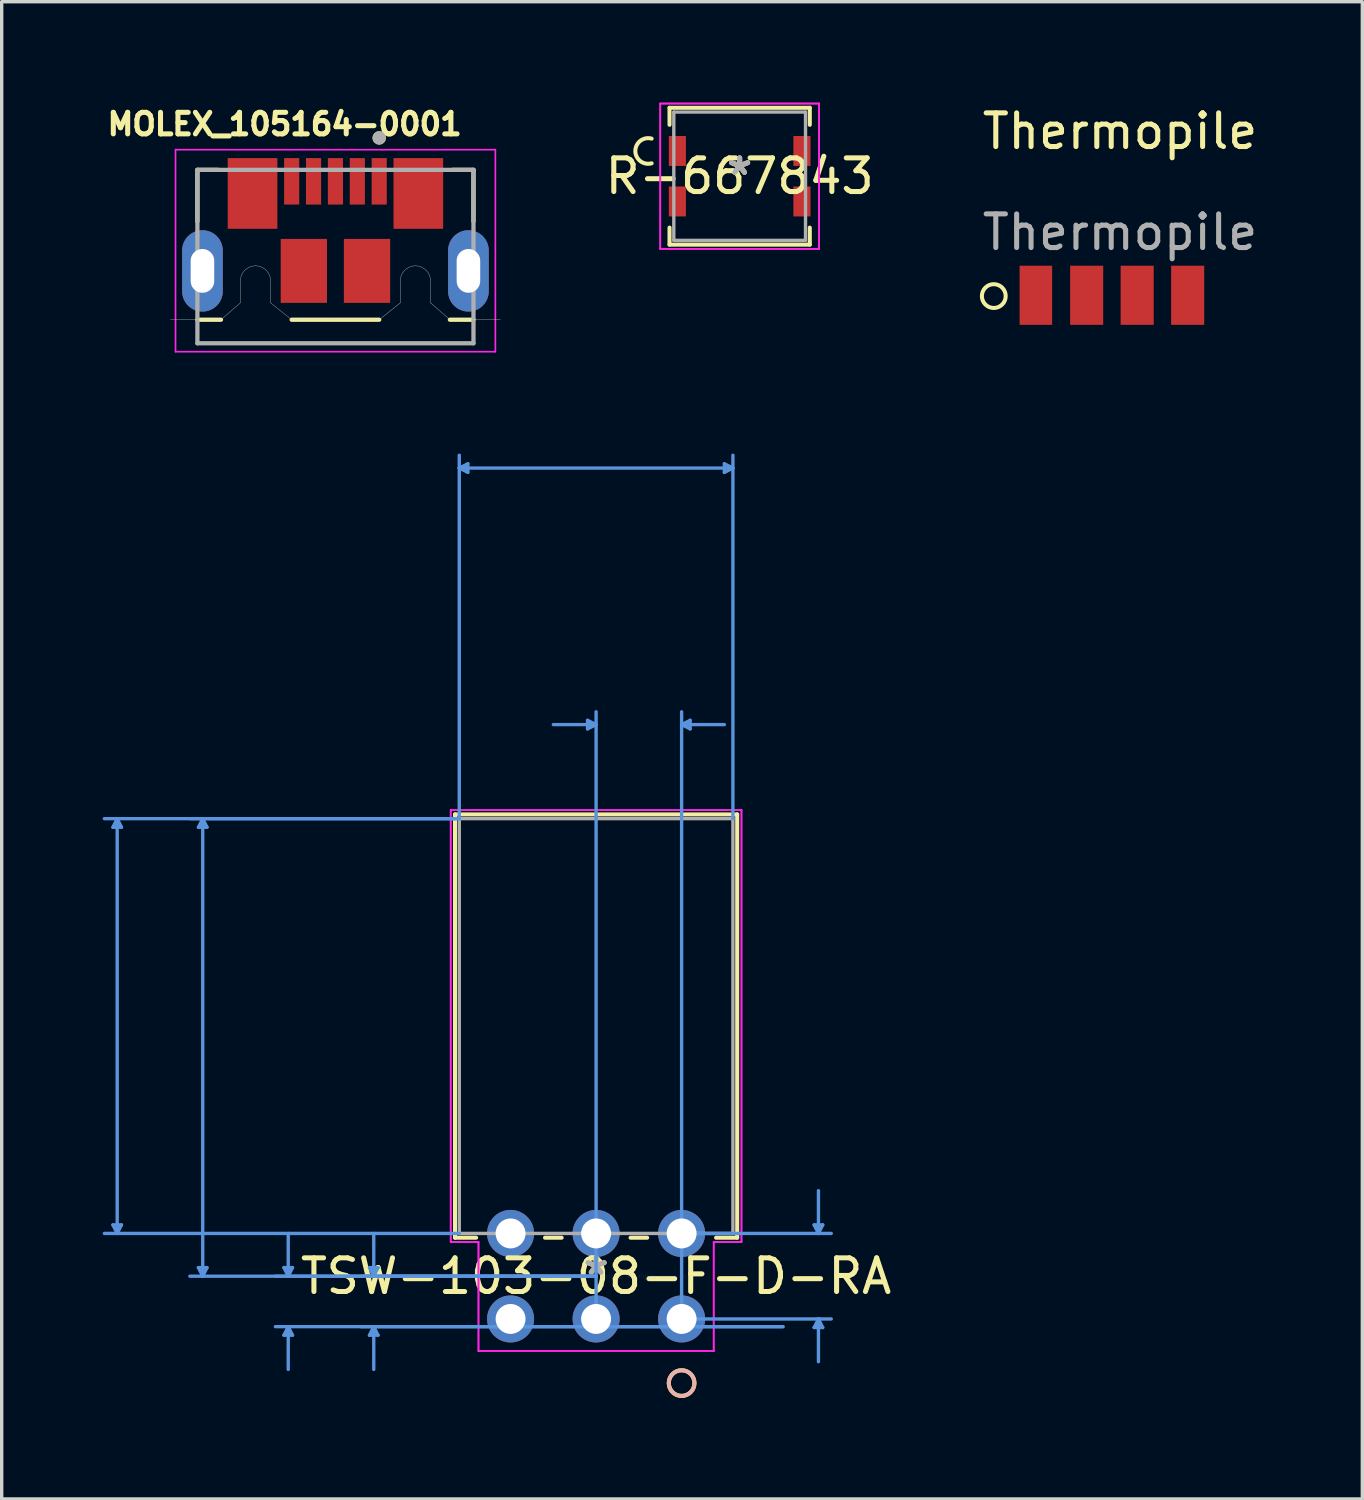
<source format=kicad_pcb>
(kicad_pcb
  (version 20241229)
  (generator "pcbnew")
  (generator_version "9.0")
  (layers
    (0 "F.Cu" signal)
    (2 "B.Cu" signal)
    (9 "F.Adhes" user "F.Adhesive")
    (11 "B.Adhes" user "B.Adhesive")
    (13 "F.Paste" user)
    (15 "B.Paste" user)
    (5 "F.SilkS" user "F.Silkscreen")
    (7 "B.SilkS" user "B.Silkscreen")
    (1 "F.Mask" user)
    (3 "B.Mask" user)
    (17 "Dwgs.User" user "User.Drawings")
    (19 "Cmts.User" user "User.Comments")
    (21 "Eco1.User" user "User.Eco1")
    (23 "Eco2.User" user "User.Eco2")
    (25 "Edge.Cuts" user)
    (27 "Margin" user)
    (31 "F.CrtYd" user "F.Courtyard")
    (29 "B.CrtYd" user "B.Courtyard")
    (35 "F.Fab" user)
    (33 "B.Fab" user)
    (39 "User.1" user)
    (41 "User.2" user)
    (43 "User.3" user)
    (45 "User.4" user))
  (footprint "R-667843"
    (layer "F.Cu")
    (at 18.919 2.184)
    (property "Reference" "R-667843" (at 0 0 0) (layer "F.SilkS") (effects (font (size 1 1) (thickness 0.15))))
    (attr through_hole)
    (fp_line (start -2.083 -2.032) (end -2.083 -1.527) (stroke (width 0.12) (type solid)) (layer "F.SilkS"))
    (fp_line (start -2.083 1.527) (end -2.083 2.032) (stroke (width 0.12) (type solid)) (layer "F.SilkS"))
    (fp_line (start -2.083 2.032) (end 2.083 2.032) (stroke (width 0.12) (type solid)) (layer "F.SilkS"))
    (fp_line (start 2.083 -2.032) (end -2.083 -2.032) (stroke (width 0.12) (type solid)) (layer "F.SilkS"))
    (fp_line (start 2.083 -1.527) (end 2.083 -2.032) (stroke (width 0.12) (type solid)) (layer "F.SilkS"))
    (fp_line (start 2.083 2.032) (end 2.083 1.527) (stroke (width 0.12) (type solid)) (layer "F.SilkS"))
    (fp_arc (start -2.614539 -0.38326) (mid -3.0988 -0.75) (end -2.614539 -1.11674) (stroke (width 0.12) (type solid)) (layer "F.SilkS"))
    (fp_line (start -2.358 -2.159) (end -2.358 2.159) (stroke (width 0.05) (type solid)) (layer "F.CrtYd"))
    (fp_line (start -2.358 -2.159) (end -2.358 2.159) (stroke (width 0.05) (type solid)) (layer "F.CrtYd"))
    (fp_line (start -2.358 2.159) (end 2.358 2.159) (stroke (width 0.05) (type solid)) (layer "F.CrtYd"))
    (fp_line (start -2.358 2.159) (end 2.358 2.159) (stroke (width 0.05) (type solid)) (layer "F.CrtYd"))
    (fp_line (start 2.358 -2.159) (end -2.358 -2.159) (stroke (width 0.05) (type solid)) (layer "F.CrtYd"))
    (fp_line (start 2.358 -2.159) (end -2.358 -2.159) (stroke (width 0.05) (type solid)) (layer "F.CrtYd"))
    (fp_line (start 2.358 2.159) (end 2.358 -2.159) (stroke (width 0.05) (type solid)) (layer "F.CrtYd"))
    (fp_line (start 2.358 2.159) (end 2.358 -2.159) (stroke (width 0.05) (type solid)) (layer "F.CrtYd"))
    (fp_line (start -1.956 -1.905) (end -1.956 1.905) (stroke (width 0.1) (type solid)) (layer "F.Fab"))
    (fp_line (start -1.956 1.905) (end 1.956 1.905) (stroke (width 0.1) (type solid)) (layer "F.Fab"))
    (fp_line (start 1.956 -1.905) (end -1.956 -1.905) (stroke (width 0.1) (type solid)) (layer "F.Fab"))
    (fp_line (start 1.956 1.905) (end 1.956 -1.905) (stroke (width 0.1) (type solid)) (layer "F.Fab"))
    (fp_text user "*" (at 0 0 0) (layer "F.SilkS") (effects (font (size 1 1) (thickness 0.15))))
    (fp_text user "*" (at 0 0 0) (layer "F.Fab") (effects (font (size 1 1) (thickness 0.15))))
    (pad "A1" smd rect (at -1.85 -0.75) (size 0.508 0.889) (layers "F.Cu" "F.Mask" "F.Paste"))
    (pad "A2" smd rect (at -1.85 0.75) (size 0.508 0.889) (layers "F.Cu" "F.Mask" "F.Paste"))
    (pad "B1" smd rect (at 1.85 -0.75) (size 0.508 0.889) (layers "F.Cu" "F.Mask" "F.Paste"))
    (pad "B2" smd rect (at 1.85 0.75) (size 0.508 0.889) (layers "F.Cu" "F.Mask" "F.Paste")))
  (footprint "MOLEX_105164-0001"
    (layer "F.Cu")
    (at 6.913 6.446)
    (property "Reference" "MOLEX_105164-0001" (at -1.508 -5.808 0) (layer "F.SilkS") (effects (font (size 0.64 0.64) (thickness 0.15))))
    (attr through_hole)
    (fp_line (start -4.1 -4.45) (end -3.48 -4.45) (stroke (width 0.127) (type solid)) (layer "F.SilkS"))
    (fp_line (start -4.1 -2.92) (end -4.1 -4.45) (stroke (width 0.127) (type solid)) (layer "F.SilkS"))
    (fp_line (start -4.1 0) (end -3.4 0) (stroke (width 0.127) (type solid)) (layer "F.SilkS"))
    (fp_line (start -1.3 0) (end 1.3 0) (stroke (width 0.127) (type solid)) (layer "F.SilkS"))
    (fp_line (start 3.4 0) (end 4.1 0) (stroke (width 0.127) (type solid)) (layer "F.SilkS"))
    (fp_line (start 4.1 -4.45) (end 3.48 -4.45) (stroke (width 0.127) (type solid)) (layer "F.SilkS"))
    (fp_line (start 4.1 -2.92) (end 4.1 -4.45) (stroke (width 0.127) (type solid)) (layer "F.SilkS"))
    (fp_circle (center 1.3 -5.4) (end 1.4 -5.4) (stroke (width 0.2) (type solid)) (fill no) (layer "F.SilkS"))
    (fp_line (start -4.9 0) (end -3.4 0) (stroke (width 0.01) (type solid)) (layer "Edge.Cuts"))
    (fp_line (start -3.4 0) (end -2.825 -0.5) (stroke (width 0.01) (type solid)) (layer "Edge.Cuts"))
    (fp_line (start -2.825 -1.15) (end -2.825 -0.5) (stroke (width 0.01) (type solid)) (layer "Edge.Cuts"))
    (fp_line (start -1.925 -1.15) (end -1.925 -0.5) (stroke (width 0.01) (type solid)) (layer "Edge.Cuts"))
    (fp_line (start -1.3 0) (end -1.925 -0.5) (stroke (width 0.01) (type solid)) (layer "Edge.Cuts"))
    (fp_line (start 0 0) (end -1.3 0) (stroke (width 0.01) (type solid)) (layer "Edge.Cuts"))
    (fp_line (start 0 0) (end 1.3 0) (stroke (width 0.01) (type solid)) (layer "Edge.Cuts"))
    (fp_line (start 1.3 0) (end 1.925 -0.5) (stroke (width 0.01) (type solid)) (layer "Edge.Cuts"))
    (fp_line (start 1.925 -1.15) (end 1.925 -0.5) (stroke (width 0.01) (type solid)) (layer "Edge.Cuts"))
    (fp_line (start 2.825 -1.15) (end 2.825 -0.5) (stroke (width 0.01) (type solid)) (layer "Edge.Cuts"))
    (fp_line (start 3.4 0) (end 2.825 -0.5) (stroke (width 0.01) (type solid)) (layer "Edge.Cuts"))
    (fp_line (start 4.9 0) (end 3.4 0) (stroke (width 0.01) (type solid)) (layer "Edge.Cuts"))
    (fp_arc (start -2.825 -1.15) (mid -2.375 -1.6) (end -1.925 -1.15) (stroke (width 0.01) (type solid)) (layer "Edge.Cuts"))
    (fp_arc (start 1.925 -1.15) (mid 2.375 -1.6) (end 2.825 -1.15) (stroke (width 0.01) (type solid)) (layer "Edge.Cuts"))
    (fp_line (start -4.75 -5.05) (end 4.75 -5.05) (stroke (width 0.05) (type solid)) (layer "F.CrtYd"))
    (fp_line (start -4.75 0.95) (end -4.75 -5.05) (stroke (width 0.05) (type solid)) (layer "F.CrtYd"))
    (fp_line (start 4.75 -5.05) (end 4.75 0.95) (stroke (width 0.05) (type solid)) (layer "F.CrtYd"))
    (fp_line (start 4.75 0.95) (end -4.75 0.95) (stroke (width 0.05) (type solid)) (layer "F.CrtYd"))
    (fp_line (start -4.1 -4.45) (end 4.1 -4.45) (stroke (width 0.127) (type solid)) (layer "F.Fab"))
    (fp_line (start -4.1 0.7) (end -4.1 -4.45) (stroke (width 0.127) (type solid)) (layer "F.Fab"))
    (fp_line (start 4.1 -4.45) (end 4.1 0.7) (stroke (width 0.127) (type solid)) (layer "F.Fab"))
    (fp_line (start 4.1 0.7) (end -4.1 0.7) (stroke (width 0.127) (type solid)) (layer "F.Fab"))
    (fp_circle (center 1.3 -5.4) (end 1.4 -5.4) (stroke (width 0.2) (type solid)) (fill no) (layer "F.Fab"))
    (pad "1" smd rect (at 1.3 -4.11 90) (size 1.38 0.45) (layers "F.Cu" "F.Mask" "F.Paste"))
    (pad "2" smd rect (at 0.65 -4.11 90) (size 1.38 0.45) (layers "F.Cu" "F.Mask" "F.Paste"))
    (pad "3" smd rect (at 0 -4.11 90) (size 1.38 0.45) (layers "F.Cu" "F.Mask" "F.Paste"))
    (pad "4" smd rect (at -0.65 -4.11 90) (size 1.38 0.45) (layers "F.Cu" "F.Mask" "F.Paste"))
    (pad "5" smd rect (at -1.3 -4.11 90) (size 1.38 0.45) (layers "F.Cu" "F.Mask" "F.Paste"))
    (pad "6" thru_hole oval (at -3.95 -1.45) (size 1.208 2.416) (drill oval 0.7 1.3) (layers "*.Cu" "*.Mask"))
    (pad "6" smd rect (at -2.462 -3.75 90) (size 2.1 1.475) (layers "F.Cu" "F.Mask" "F.Paste"))
    (pad "6" smd rect (at -0.938 -1.45 90) (size 1.9 1.375) (layers "F.Cu" "F.Mask" "F.Paste"))
    (pad "6" smd rect (at 0.938 -1.45 90) (size 1.9 1.375) (layers "F.Cu" "F.Mask" "F.Paste"))
    (pad "6" smd rect (at 2.462 -3.75 90) (size 2.1 1.475) (layers "F.Cu" "F.Mask" "F.Paste"))
    (pad "6" thru_hole oval (at 3.95 -1.45) (size 1.208 2.416) (drill oval 0.7 1.3) (layers "*.Cu" "*.Mask")))
  (footprint "Thermopile"
    (layer "F.Cu")
    (at 30.217 1.348)
    (property "Reference" "Thermopile" (at 0 -0.5 0) (unlocked yes) (layer "F.SilkS") (effects (font (size 1 1) (thickness 0.15))))
    (attr smd)
    (fp_circle (center -3.75 4.396) (end -4 4.146) (stroke (width 0.12) (type solid)) (fill no) (layer "F.SilkS"))
    (fp_text user "${REFERENCE}" (at 0 2.5 0) (unlocked yes) (layer "F.Fab") (effects (font (size 1 1) (thickness 0.15))))
    (pad "1" smd rect (at -2.5 4.372 90) (size 1.756 0.966) (layers "F.Cu" "F.Mask" "F.Paste"))
    (pad "2" smd rect (at -0.991 4.372 90) (size 1.756 0.983) (layers "F.Cu" "F.Mask" "F.Paste"))
    (pad "3" smd rect (at 0.509 4.372 90) (size 1.756 0.983) (layers "F.Cu" "F.Mask" "F.Paste"))
    (pad "4" smd rect (at 2.009 4.372 90) (size 1.756 0.983) (layers "F.Cu" "F.Mask" "F.Paste")))
  (footprint "TSW-103-08-F-D-RA"
    (layer "F.Cu")
    (at 14.655 34.855)
    (property "Reference" "TSW-103-08-F-D-RA" (at 0 0 0) (layer "F.SilkS") (effects (font (size 1 1) (thickness 0.15))))
    (attr through_hole)
    (fp_line (start -4.191 -13.716) (end -4.191 -1.143) (stroke (width 0.12) (type solid)) (layer "F.SilkS"))
    (fp_line (start -4.191 -1.143) (end -3.563 -1.143) (stroke (width 0.12) (type solid)) (layer "F.SilkS"))
    (fp_line (start -1.517 -1.143) (end -1.023 -1.143) (stroke (width 0.12) (type solid)) (layer "F.SilkS"))
    (fp_line (start 1.023 -1.143) (end 1.517 -1.143) (stroke (width 0.12) (type solid)) (layer "F.SilkS"))
    (fp_line (start 3.563 -1.143) (end 4.191 -1.143) (stroke (width 0.12) (type solid)) (layer "F.SilkS"))
    (fp_line (start 4.191 -13.716) (end -4.191 -13.716) (stroke (width 0.12) (type solid)) (layer "F.SilkS"))
    (fp_line (start 4.191 -1.143) (end 4.191 -13.716) (stroke (width 0.12) (type solid)) (layer "F.SilkS"))
    (fp_circle (center 2.54 3.175) (end 2.921 3.175) (stroke (width 0.12) (type solid)) (fill no) (layer "F.SilkS"))
    (fp_circle (center 2.54 3.175) (end 2.921 3.175) (stroke (width 0.12) (type solid)) (fill no) (layer "B.SilkS"))
    (fp_line (start -14.351 -13.335) (end -14.097 -13.335) (stroke (width 0.1) (type solid)) (layer "Cmts.User"))
    (fp_line (start -14.351 -1.524) (end -14.097 -1.524) (stroke (width 0.1) (type solid)) (layer "Cmts.User"))
    (fp_line (start -14.224 -13.589) (end -14.351 -13.335) (stroke (width 0.1) (type solid)) (layer "Cmts.User"))
    (fp_line (start -14.224 -13.589) (end -14.224 -1.27) (stroke (width 0.1) (type solid)) (layer "Cmts.User"))
    (fp_line (start -14.224 -13.589) (end -14.097 -13.335) (stroke (width 0.1) (type solid)) (layer "Cmts.User"))
    (fp_line (start -14.224 -1.27) (end -14.351 -1.524) (stroke (width 0.1) (type solid)) (layer "Cmts.User"))
    (fp_line (start -14.224 -1.27) (end -14.097 -1.524) (stroke (width 0.1) (type solid)) (layer "Cmts.User"))
    (fp_line (start -11.811 -13.335) (end -11.557 -13.335) (stroke (width 0.1) (type solid)) (layer "Cmts.User"))
    (fp_line (start -11.811 -0.254) (end -11.557 -0.254) (stroke (width 0.1) (type solid)) (layer "Cmts.User"))
    (fp_line (start -11.684 -13.589) (end -11.811 -13.335) (stroke (width 0.1) (type solid)) (layer "Cmts.User"))
    (fp_line (start -11.684 -13.589) (end -11.684 0) (stroke (width 0.1) (type solid)) (layer "Cmts.User"))
    (fp_line (start -11.684 -13.589) (end -11.557 -13.335) (stroke (width 0.1) (type solid)) (layer "Cmts.User"))
    (fp_line (start -11.684 0) (end -11.811 -0.254) (stroke (width 0.1) (type solid)) (layer "Cmts.User"))
    (fp_line (start -11.684 0) (end -11.557 -0.254) (stroke (width 0.1) (type solid)) (layer "Cmts.User"))
    (fp_line (start -9.271 -0.254) (end -9.017 -0.254) (stroke (width 0.1) (type solid)) (layer "Cmts.User"))
    (fp_line (start -9.271 1.753) (end -9.017 1.753) (stroke (width 0.1) (type solid)) (layer "Cmts.User"))
    (fp_line (start -9.144 0) (end -9.271 -0.254) (stroke (width 0.1) (type solid)) (layer "Cmts.User"))
    (fp_line (start -9.144 0) (end -9.144 -1.27) (stroke (width 0.1) (type solid)) (layer "Cmts.User"))
    (fp_line (start -9.144 0) (end -9.017 -0.254) (stroke (width 0.1) (type solid)) (layer "Cmts.User"))
    (fp_line (start -9.144 1.499) (end -9.271 1.753) (stroke (width 0.1) (type solid)) (layer "Cmts.User"))
    (fp_line (start -9.144 1.499) (end -9.144 2.769) (stroke (width 0.1) (type solid)) (layer "Cmts.User"))
    (fp_line (start -9.144 1.499) (end -9.017 1.753) (stroke (width 0.1) (type solid)) (layer "Cmts.User"))
    (fp_line (start -6.731 -0.254) (end -6.477 -0.254) (stroke (width 0.1) (type solid)) (layer "Cmts.User"))
    (fp_line (start -6.731 1.753) (end -6.477 1.753) (stroke (width 0.1) (type solid)) (layer "Cmts.User"))
    (fp_line (start -6.604 0) (end -6.731 -0.254) (stroke (width 0.1) (type solid)) (layer "Cmts.User"))
    (fp_line (start -6.604 0) (end -6.604 -1.27) (stroke (width 0.1) (type solid)) (layer "Cmts.User"))
    (fp_line (start -6.604 0) (end -6.477 -0.254) (stroke (width 0.1) (type solid)) (layer "Cmts.User"))
    (fp_line (start -6.604 1.499) (end -6.731 1.753) (stroke (width 0.1) (type solid)) (layer "Cmts.User"))
    (fp_line (start -6.604 1.499) (end -6.604 2.769) (stroke (width 0.1) (type solid)) (layer "Cmts.User"))
    (fp_line (start -6.604 1.499) (end -6.477 1.753) (stroke (width 0.1) (type solid)) (layer "Cmts.User"))
    (fp_line (start -4.064 -24.003) (end -3.81 -24.13) (stroke (width 0.1) (type solid)) (layer "Cmts.User"))
    (fp_line (start -4.064 -24.003) (end -3.81 -23.876) (stroke (width 0.1) (type solid)) (layer "Cmts.User"))
    (fp_line (start -4.064 -24.003) (end 4.064 -24.003) (stroke (width 0.1) (type solid)) (layer "Cmts.User"))
    (fp_line (start -4.064 -13.589) (end -14.605 -13.589) (stroke (width 0.1) (type solid)) (layer "Cmts.User"))
    (fp_line (start -4.064 -13.589) (end -12.065 -13.589) (stroke (width 0.1) (type solid)) (layer "Cmts.User"))
    (fp_line (start -4.064 -13.589) (end -4.064 -24.384) (stroke (width 0.1) (type solid)) (layer "Cmts.User"))
    (fp_line (start -4.064 -1.27) (end -14.605 -1.27) (stroke (width 0.1) (type solid)) (layer "Cmts.User"))
    (fp_line (start -3.81 -24.13) (end -3.81 -23.876) (stroke (width 0.1) (type solid)) (layer "Cmts.User"))
    (fp_line (start -0.254 -16.51) (end -0.254 -16.256) (stroke (width 0.1) (type solid)) (layer "Cmts.User"))
    (fp_line (start 0 -16.383) (end -1.27 -16.383) (stroke (width 0.1) (type solid)) (layer "Cmts.User"))
    (fp_line (start 0 -16.383) (end -0.254 -16.51) (stroke (width 0.1) (type solid)) (layer "Cmts.User"))
    (fp_line (start 0 -16.383) (end -0.254 -16.256) (stroke (width 0.1) (type solid)) (layer "Cmts.User"))
    (fp_line (start 0 0) (end -12.065 0) (stroke (width 0.1) (type solid)) (layer "Cmts.User"))
    (fp_line (start 0 0) (end -9.525 0) (stroke (width 0.1) (type solid)) (layer "Cmts.User"))
    (fp_line (start 0 0) (end -6.985 0) (stroke (width 0.1) (type solid)) (layer "Cmts.User"))
    (fp_line (start 0 1.27) (end 0 -16.764) (stroke (width 0.1) (type solid)) (layer "Cmts.User"))
    (fp_line (start 2.54 -16.383) (end 2.794 -16.51) (stroke (width 0.1) (type solid)) (layer "Cmts.User"))
    (fp_line (start 2.54 -16.383) (end 2.794 -16.256) (stroke (width 0.1) (type solid)) (layer "Cmts.User"))
    (fp_line (start 2.54 -16.383) (end 3.81 -16.383) (stroke (width 0.1) (type solid)) (layer "Cmts.User"))
    (fp_line (start 2.54 -1.27) (end 6.985 -1.27) (stroke (width 0.1) (type solid)) (layer "Cmts.User"))
    (fp_line (start 2.54 1.27) (end 2.54 -16.764) (stroke (width 0.1) (type solid)) (layer "Cmts.User"))
    (fp_line (start 2.54 1.27) (end 6.985 1.27) (stroke (width 0.1) (type solid)) (layer "Cmts.User"))
    (fp_line (start 2.794 -16.51) (end 2.794 -16.256) (stroke (width 0.1) (type solid)) (layer "Cmts.User"))
    (fp_line (start 3.81 -24.13) (end 3.81 -23.876) (stroke (width 0.1) (type solid)) (layer "Cmts.User"))
    (fp_line (start 4.064 -24.003) (end 3.81 -24.13) (stroke (width 0.1) (type solid)) (layer "Cmts.User"))
    (fp_line (start 4.064 -24.003) (end 3.81 -23.876) (stroke (width 0.1) (type solid)) (layer "Cmts.User"))
    (fp_line (start 4.064 -13.589) (end 4.064 -24.384) (stroke (width 0.1) (type solid)) (layer "Cmts.User"))
    (fp_line (start 5.55 1.499) (end -9.525 1.499) (stroke (width 0.1) (type solid)) (layer "Cmts.User"))
    (fp_line (start 5.55 1.499) (end -6.985 1.499) (stroke (width 0.1) (type solid)) (layer "Cmts.User"))
    (fp_line (start 6.477 -1.524) (end 6.731 -1.524) (stroke (width 0.1) (type solid)) (layer "Cmts.User"))
    (fp_line (start 6.477 1.524) (end 6.731 1.524) (stroke (width 0.1) (type solid)) (layer "Cmts.User"))
    (fp_line (start 6.604 -1.27) (end 6.477 -1.524) (stroke (width 0.1) (type solid)) (layer "Cmts.User"))
    (fp_line (start 6.604 -1.27) (end 6.604 -2.54) (stroke (width 0.1) (type solid)) (layer "Cmts.User"))
    (fp_line (start 6.604 -1.27) (end 6.731 -1.524) (stroke (width 0.1) (type solid)) (layer "Cmts.User"))
    (fp_line (start 6.604 1.27) (end 6.477 1.524) (stroke (width 0.1) (type solid)) (layer "Cmts.User"))
    (fp_line (start 6.604 1.27) (end 6.604 2.54) (stroke (width 0.1) (type solid)) (layer "Cmts.User"))
    (fp_line (start 6.604 1.27) (end 6.731 1.524) (stroke (width 0.1) (type solid)) (layer "Cmts.User"))
    (fp_line (start -4.318 -13.843) (end -4.318 -1.016) (stroke (width 0.05) (type solid)) (layer "F.CrtYd"))
    (fp_line (start -4.318 -13.843) (end -4.318 -1.016) (stroke (width 0.05) (type solid)) (layer "F.CrtYd"))
    (fp_line (start -4.318 -1.016) (end -3.493 -1.016) (stroke (width 0.05) (type solid)) (layer "F.CrtYd"))
    (fp_line (start -4.318 -1.016) (end -3.493 -1.016) (stroke (width 0.05) (type solid)) (layer "F.CrtYd"))
    (fp_line (start -3.493 -13.843) (end -4.318 -13.843) (stroke (width 0.05) (type solid)) (layer "F.CrtYd"))
    (fp_line (start -3.493 -13.843) (end -4.318 -13.843) (stroke (width 0.05) (type solid)) (layer "F.CrtYd"))
    (fp_line (start -3.493 -13.843) (end -3.493 -13.843) (stroke (width 0.05) (type solid)) (layer "F.CrtYd"))
    (fp_line (start -3.493 -13.843) (end -3.493 -13.843) (stroke (width 0.05) (type solid)) (layer "F.CrtYd"))
    (fp_line (start -3.493 -1.016) (end -3.493 2.223) (stroke (width 0.05) (type solid)) (layer "F.CrtYd"))
    (fp_line (start -3.493 -1.016) (end -3.493 2.223) (stroke (width 0.05) (type solid)) (layer "F.CrtYd"))
    (fp_line (start -3.493 2.223) (end 3.493 2.223) (stroke (width 0.05) (type solid)) (layer "F.CrtYd"))
    (fp_line (start -3.493 2.223) (end 3.493 2.223) (stroke (width 0.05) (type solid)) (layer "F.CrtYd"))
    (fp_line (start 3.493 -13.843) (end -3.493 -13.843) (stroke (width 0.05) (type solid)) (layer "F.CrtYd"))
    (fp_line (start 3.493 -13.843) (end -3.493 -13.843) (stroke (width 0.05) (type solid)) (layer "F.CrtYd"))
    (fp_line (start 3.493 -13.843) (end 3.493 -13.843) (stroke (width 0.05) (type solid)) (layer "F.CrtYd"))
    (fp_line (start 3.493 -13.843) (end 3.493 -13.843) (stroke (width 0.05) (type solid)) (layer "F.CrtYd"))
    (fp_line (start 3.493 -1.016) (end 4.318 -1.016) (stroke (width 0.05) (type solid)) (layer "F.CrtYd"))
    (fp_line (start 3.493 -1.016) (end 4.318 -1.016) (stroke (width 0.05) (type solid)) (layer "F.CrtYd"))
    (fp_line (start 3.493 2.223) (end 3.493 -1.016) (stroke (width 0.05) (type solid)) (layer "F.CrtYd"))
    (fp_line (start 3.493 2.223) (end 3.493 -1.016) (stroke (width 0.05) (type solid)) (layer "F.CrtYd"))
    (fp_line (start 4.318 -13.843) (end 3.493 -13.843) (stroke (width 0.05) (type solid)) (layer "F.CrtYd"))
    (fp_line (start 4.318 -13.843) (end 3.493 -13.843) (stroke (width 0.05) (type solid)) (layer "F.CrtYd"))
    (fp_line (start 4.318 -1.016) (end 4.318 -13.843) (stroke (width 0.05) (type solid)) (layer "F.CrtYd"))
    (fp_line (start 4.318 -1.016) (end 4.318 -13.843) (stroke (width 0.05) (type solid)) (layer "F.CrtYd"))
    (fp_line (start -4.064 -13.589) (end -4.064 -1.27) (stroke (width 0.1) (type solid)) (layer "F.Fab"))
    (fp_line (start -4.064 -1.27) (end 4.064 -1.27) (stroke (width 0.1) (type solid)) (layer "F.Fab"))
    (fp_line (start 4.064 -13.589) (end -4.064 -13.589) (stroke (width 0.1) (type solid)) (layer "F.Fab"))
    (fp_line (start 4.064 -1.27) (end 4.064 -13.589) (stroke (width 0.1) (type solid)) (layer "F.Fab"))
    (fp_circle (center 2.54 1.27) (end 2.794 1.27) (stroke (width 0.1) (type solid)) (fill no) (layer "F.Fab"))
    (fp_text user "*" (at 0 0 0) (layer "F.SilkS") (effects (font (size 1 1) (thickness 0.15))))
    (fp_text user "Copyright 2021 Accelerated Designs. All rights reserved." (at 0 0 0) (layer "Cmts.User") (effects (font (size 0.127 0.127) (thickness 0.002))))
    (fp_text user "*" (at 0 0 0) (layer "F.Fab") (effects (font (size 1 1) (thickness 0.15))))
    (pad "1" thru_hole circle (at 2.54 1.27 90) (size 1.397 1.397) (drill 0.889) (layers "*.Cu" "*.Mask"))
    (pad "2" thru_hole circle (at 2.54 -1.27 90) (size 1.397 1.397) (drill 0.889) (layers "*.Cu" "*.Mask"))
    (pad "3" thru_hole circle (at 0 1.27 90) (size 1.397 1.397) (drill 0.889) (layers "*.Cu" "*.Mask"))
    (pad "4" thru_hole circle (at 0 -1.27 90) (size 1.397 1.397) (drill 0.889) (layers "*.Cu" "*.Mask"))
    (pad "5" thru_hole circle (at -2.54 1.27 90) (size 1.397 1.397) (drill 0.889) (layers "*.Cu" "*.Mask"))
    (pad "6" thru_hole circle (at -2.54 -1.27 90) (size 1.397 1.397) (drill 0.889) (layers "*.Cu" "*.Mask")))
  (gr_rect
    (start -3 -3)
    (end 37.413 41.471)
    (stroke (width 0.1) (type default))
    (fill no)
    (layer "Edge.Cuts")))
</source>
